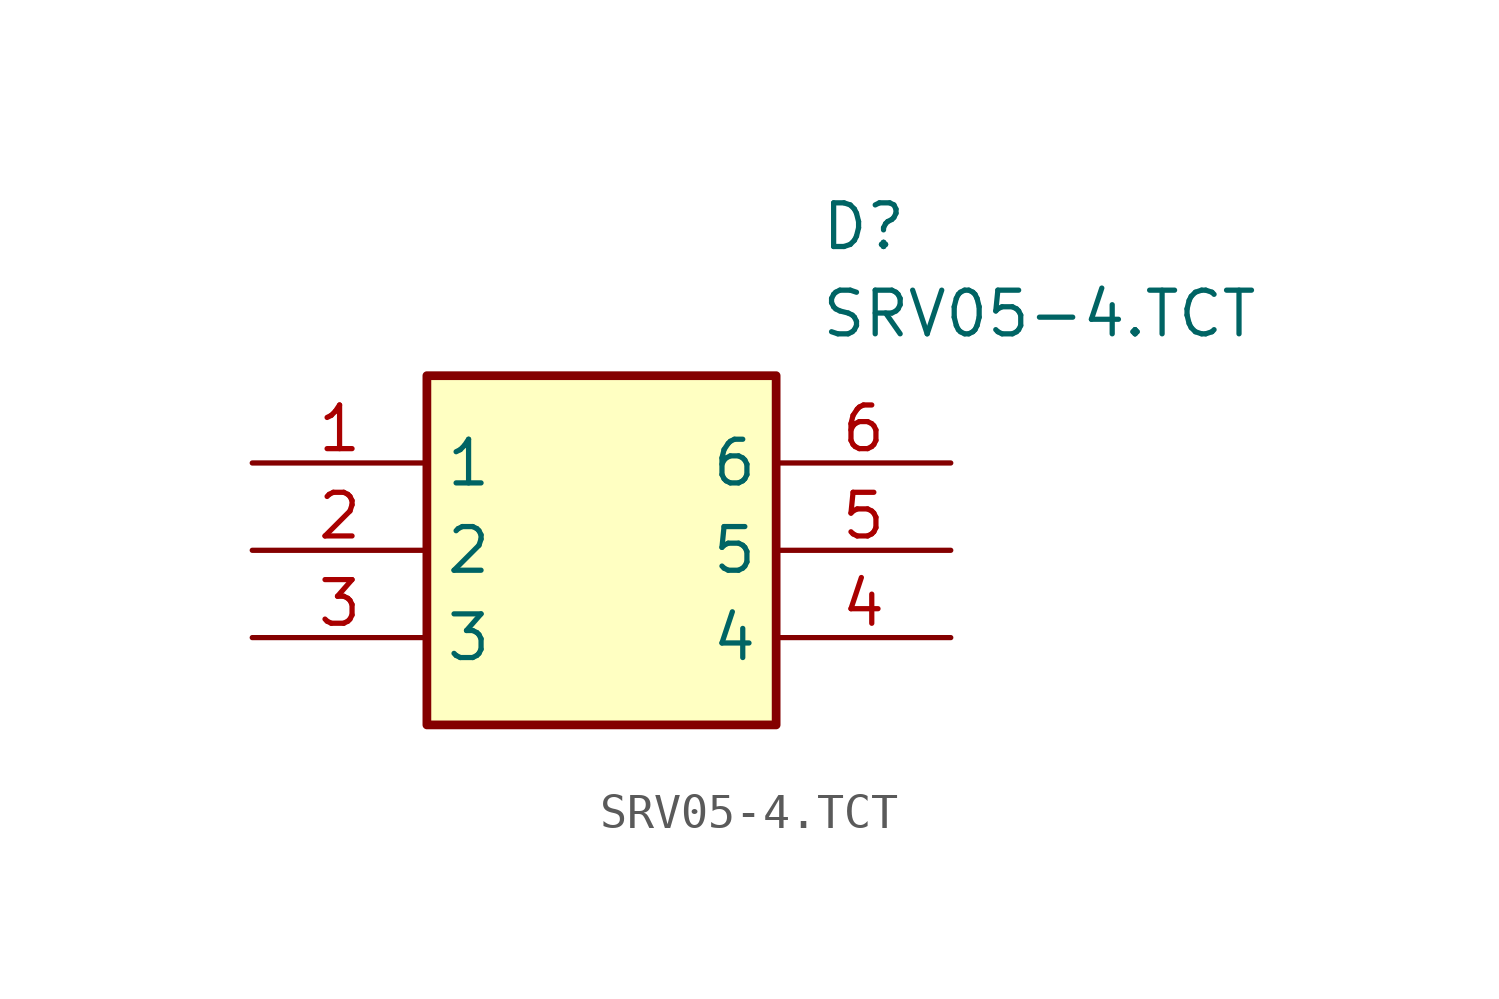
<source format=kicad_sym>
(kicad_symbol_lib
  (version 20211014)
  (generator SamacSys_ECAD_Model)
  (symbol "SRV05-4.TCT"
    (property "Reference" "D"
      (at 16.51 7.62 0)
      (effects (font (size 1.27 1.27)) (justify left top)))
    (property "Value" "SRV05-4.TCT"
      (at 16.51 5.08 0)
      (effects (font (size 1.27 1.27)) (justify left top)))
    (rectangle
      (start 5.08 2.54)
      (end 15.24 -7.62)
      (stroke (width 0.254) (type default))
      (fill (type background)))
    (pin passive line
      (at 0 0 0)
      (length 5.08)
      (name "1" (effects (font (size 1.27 1.27))))
      (number "1" (effects (font (size 1.27 1.27)))))
    (pin passive line
      (at 0 -2.54 0)
      (length 5.08)
      (name "2" (effects (font (size 1.27 1.27))))
      (number "2" (effects (font (size 1.27 1.27)))))
    (pin passive line
      (at 0 -5.08 0)
      (length 5.08)
      (name "3" (effects (font (size 1.27 1.27))))
      (number "3" (effects (font (size 1.27 1.27)))))
    (pin passive line
      (at 20.32 0 180)
      (length 5.08)
      (name "6" (effects (font (size 1.27 1.27))))
      (number "6" (effects (font (size 1.27 1.27)))))
    (pin passive line
      (at 20.32 -2.54 180)
      (length 5.08)
      (name "5" (effects (font (size 1.27 1.27))))
      (number "5" (effects (font (size 1.27 1.27)))))
    (pin passive line
      (at 20.32 -5.08 180)
      (length 5.08)
      (name "4" (effects (font (size 1.27 1.27))))
      (number "4" (effects (font (size 1.27 1.27)))))))
</source>
